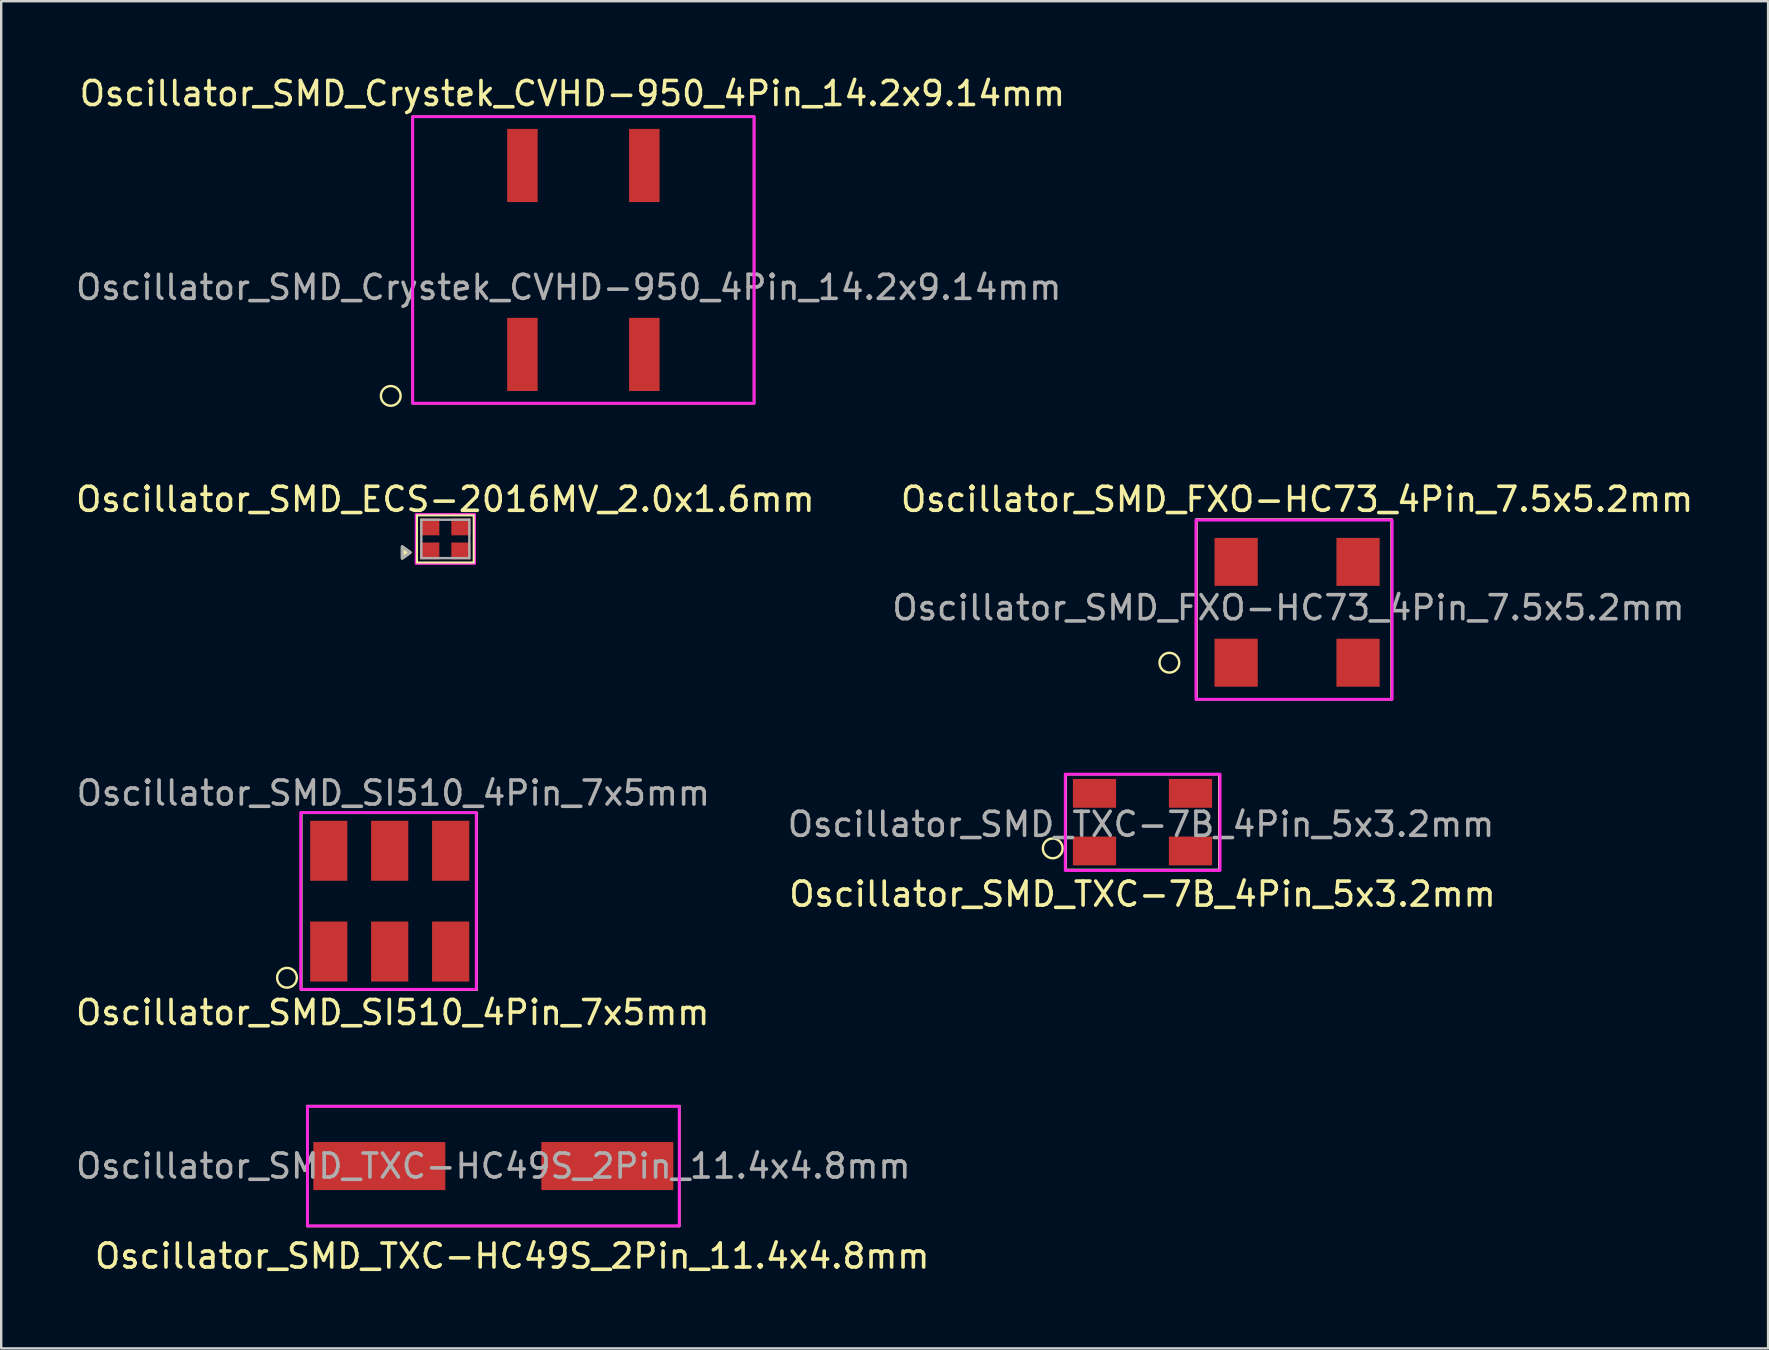
<source format=kicad_pcb>
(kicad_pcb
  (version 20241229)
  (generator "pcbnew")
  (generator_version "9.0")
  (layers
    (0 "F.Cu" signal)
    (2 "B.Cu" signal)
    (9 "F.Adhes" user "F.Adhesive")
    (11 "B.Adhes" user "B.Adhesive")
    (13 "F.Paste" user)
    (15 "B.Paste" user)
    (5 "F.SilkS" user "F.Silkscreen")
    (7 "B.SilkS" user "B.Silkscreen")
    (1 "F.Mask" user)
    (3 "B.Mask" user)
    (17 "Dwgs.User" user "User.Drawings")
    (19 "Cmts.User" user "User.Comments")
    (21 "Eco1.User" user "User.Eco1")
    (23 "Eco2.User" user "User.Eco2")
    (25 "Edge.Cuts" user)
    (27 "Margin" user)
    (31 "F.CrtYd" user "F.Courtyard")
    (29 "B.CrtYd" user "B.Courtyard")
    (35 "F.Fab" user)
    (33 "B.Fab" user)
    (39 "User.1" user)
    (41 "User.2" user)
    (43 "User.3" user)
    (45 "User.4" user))
  (footprint "Oscillator_SMD_SI510_4Pin_7x5mm"
    (layer "F.Cu")
    (at 10.648 36.6)
    (property "Reference" "Oscillator_SMD_SI510_4Pin_7x5mm" (at 2.667 2.54 0) (layer "F.SilkS") (effects (font (size 1 1) (thickness 0.15))))
    (attr through_hole)
    (fp_line (start -1.143 -5.779) (end 6.16 -5.779) (stroke (width 0.1) (type solid)) (layer "F.SilkS"))
    (fp_line (start -1.143 1.587) (end -1.143 -5.779) (stroke (width 0.1) (type solid)) (layer "F.SilkS"))
    (fp_line (start -1.143 1.587) (end 6.16 1.587) (stroke (width 0.1) (type solid)) (layer "F.SilkS"))
    (fp_line (start 6.16 1.587) (end 6.16 -5.779) (stroke (width 0.1) (type solid)) (layer "F.SilkS"))
    (fp_circle (center -1.74 1.092) (end -1.341 1.194) (stroke (width 0.1) (type solid)) (fill no) (layer "F.SilkS"))
    (fp_rect (start -1.168 -5.791) (end 6.147 1.575) (stroke (width 0.12) (type solid)) (fill no) (layer "F.CrtYd"))
    (fp_text user "${REFERENCE}" (at 2.692 -6.604 0) (layer "F.Fab") (effects (font (size 1 1) (thickness 0.15))))
    (pad "1" smd rect (at 0 0) (size 1.55 2.5) (layers "F.Cu" "F.Mask" "F.Paste"))
    (pad "2" smd rect (at 2.54 0) (size 1.55 2.5) (layers "F.Cu" "F.Mask" "F.Paste"))
    (pad "3" smd rect (at 5.08 0) (size 1.55 2.5) (layers "F.Cu" "F.Mask" "F.Paste"))
    (pad "4" smd rect (at 5.08 -4.2) (size 1.55 2.5) (layers "F.Cu" "F.Mask" "F.Paste"))
    (pad "5" smd rect (at 2.54 -4.2) (size 1.55 2.5) (layers "F.Cu" "F.Mask" "F.Paste"))
    (pad "6" smd rect (at 0 -4.2) (size 1.55 2.5) (layers "F.Cu" "F.Mask" "F.Paste")))
  (footprint "Oscillator_SMD_ECS-2016MV_2.0x1.6mm"
    (layer "F.Cu")
    (at 15.506 19.406)
    (property "Reference" "Oscillator_SMD_ECS-2016MV_2.0x1.6mm" (at 0 -1.65 0) (layer "F.SilkS") (effects (font (size 1 1) (thickness 0.15))))
    (attr smd)
    (fp_rect (start -1.2 -1) (end 1.2 1) (stroke (width 0.12) (type default)) (fill no) (layer "F.SilkS"))
    (fp_poly (pts (xy -1.465 0.565) (xy -1.795 0.805) (xy -1.795 0.325) (xy -1.465 0.565)) (stroke (width 0.12) (type solid)) (fill yes) (layer "F.SilkS"))
    (fp_rect (start -1.25 -1.05) (end 1.25 1.05) (stroke (width 0.05) (type default)) (fill no) (layer "F.CrtYd"))
    (fp_line (start -1 -0.8) (end 1 -0.8) (stroke (width 0.1) (type solid)) (layer "F.Fab"))
    (fp_line (start -1 0.8) (end -1 -0.8) (stroke (width 0.1) (type solid)) (layer "F.Fab"))
    (fp_line (start 1 -0.8) (end 1 0.8) (stroke (width 0.1) (type solid)) (layer "F.Fab"))
    (fp_line (start 1 0.8) (end -1 0.8) (stroke (width 0.1) (type solid)) (layer "F.Fab"))
    (fp_poly (pts (xy -1.465 0.565) (xy -1.795 0.805) (xy -1.795 0.325) (xy -1.465 0.565)) (stroke (width 0.12) (type solid)) (fill no) (layer "F.Fab"))
    (pad "1" smd rect (at -0.65 0.5 90) (size 0.7 0.8) (layers "F.Cu" "F.Mask" "F.Paste"))
    (pad "2" smd rect (at 0.65 0.5 90) (size 0.7 0.8) (layers "F.Cu" "F.Mask" "F.Paste"))
    (pad "3" smd rect (at 0.65 -0.5 90) (size 0.7 0.8) (layers "F.Cu" "F.Mask" "F.Paste"))
    (pad "4" smd rect (at -0.65 -0.5 90) (size 0.7 0.8) (layers "F.Cu" "F.Mask" "F.Paste")))
  (footprint "Oscillator_SMD_TXC-7B_4Pin_5x3.2mm"
    (layer "F.Cu")
    (at 42.556 32.408)
    (property "Reference" "Oscillator_SMD_TXC-7B_4Pin_5x3.2mm" (at 2 1.8 0) (layer "F.SilkS") (effects (font (size 1 1) (thickness 0.15))))
    (attr through_hole)
    (fp_line (start -1.2 -3.2) (end 5.2 -3.2) (stroke (width 0.1) (type solid)) (layer "F.SilkS"))
    (fp_line (start -1.2 0.787) (end -1.2 -3.2) (stroke (width 0.1) (type solid)) (layer "F.SilkS"))
    (fp_line (start -1.2 0.787) (end 5.2 0.787) (stroke (width 0.1) (type solid)) (layer "F.SilkS"))
    (fp_line (start 5.2 0.787) (end 5.2 -3.2) (stroke (width 0.1) (type solid)) (layer "F.SilkS"))
    (fp_circle (center -1.74 -0.108) (end -1.341 -0.006) (stroke (width 0.1) (type solid)) (fill no) (layer "F.SilkS"))
    (fp_rect (start -1.219 -3.2) (end 5.232 0.813) (stroke (width 0.12) (type solid)) (fill no) (layer "F.CrtYd"))
    (fp_text user "${REFERENCE}" (at 1.94 -1.11 0) (layer "F.Fab") (effects (font (size 1 1) (thickness 0.15))))
    (pad "1" smd rect (at 0 0) (size 1.8 1.2) (layers "F.Cu" "F.Mask" "F.Paste"))
    (pad "2" smd rect (at 4 0) (size 1.8 1.2) (layers "F.Cu" "F.Mask" "F.Paste"))
    (pad "3" smd rect (at 4 -2.4) (size 1.8 1.2) (layers "F.Cu" "F.Mask" "F.Paste"))
    (pad "4" smd rect (at 0 -2.4) (size 1.8 1.2) (layers "F.Cu" "F.Mask" "F.Paste")))
  (footprint "Oscillator_SMD_TXC-HC49S_2Pin_11.4x4.8mm"
    (layer "F.Cu")
    (at 12.756 45.538)
    (property "Reference" "Oscillator_SMD_TXC-HC49S_2Pin_11.4x4.8mm" (at 5.537 3.75 0) (layer "F.SilkS") (effects (font (size 1 1) (thickness 0.15))))
    (attr through_hole)
    (fp_line (start -3 -2.5) (end 12.5 -2.5) (stroke (width 0.1) (type solid)) (layer "F.SilkS"))
    (fp_line (start -3 2.5) (end -3 -2.5) (stroke (width 0.1) (type solid)) (layer "F.SilkS"))
    (fp_line (start -3 2.5) (end 12.5 2.5) (stroke (width 0.1) (type solid)) (layer "F.SilkS"))
    (fp_line (start 12.5 2.5) (end 12.5 -2.5) (stroke (width 0.1) (type solid)) (layer "F.SilkS"))
    (fp_rect (start -2.997 -2.489) (end 12.497 2.489) (stroke (width 0.12) (type solid)) (fill no) (layer "F.CrtYd"))
    (fp_text user "${REFERENCE}" (at 4.75 0 0) (layer "F.Fab") (effects (font (size 1 1) (thickness 0.15))))
    (pad "1" smd rect (at 0 0) (size 5.5 2) (layers "F.Cu" "F.Mask" "F.Paste"))
    (pad "2" smd rect (at 9.5 0) (size 5.5 2) (layers "F.Cu" "F.Mask" "F.Paste")))
  (footprint "Oscillator_SMD_Crystek_CVHD-950_4Pin_14.2x9.14mm"
    (layer "F.Cu")
    (at 18.718 11.719)
    (property "Reference" "Oscillator_SMD_Crystek_CVHD-950_4Pin_14.2x9.14mm" (at 2.083 -10.871 0) (layer "F.SilkS") (effects (font (size 1 1) (thickness 0.15))))
    (attr through_hole)
    (fp_line (start -4.572 -9.906) (end 9.652 -9.906) (stroke (width 0.1) (type solid)) (layer "F.SilkS"))
    (fp_line (start -4.572 2.032) (end -4.572 -9.906) (stroke (width 0.1) (type solid)) (layer "F.SilkS"))
    (fp_line (start -4.572 2.032) (end 9.652 2.032) (stroke (width 0.1) (type solid)) (layer "F.SilkS"))
    (fp_line (start 9.652 -9.906) (end 9.652 2.032) (stroke (width 0.1) (type solid)) (layer "F.SilkS"))
    (fp_circle (center -5.486 1.727) (end -5.088 1.829) (stroke (width 0.1) (type solid)) (fill no) (layer "F.SilkS"))
    (fp_rect (start -4.572 -9.906) (end 9.652 2.032) (stroke (width 0.12) (type solid)) (fill no) (layer "F.CrtYd"))
    (fp_text user "${REFERENCE}" (at 1.93 -2.794 0) (layer "F.Fab") (effects (font (size 1 1) (thickness 0.15))))
    (pad "1" smd rect (at 0 0) (size 1.27 3.048) (layers "F.Cu" "F.Mask" "F.Paste"))
    (pad "2" smd rect (at 5.08 0) (size 1.27 3.048) (layers "F.Cu" "F.Mask" "F.Paste"))
    (pad "3" smd rect (at 5.08 -7.874) (size 1.27 3.048) (layers "F.Cu" "F.Mask" "F.Paste"))
    (pad "4" smd rect (at 0 -7.874) (size 1.27 3.048) (layers "F.Cu" "F.Mask" "F.Paste")))
  (footprint "Oscillator_SMD_FXO-HC73_4Pin_7.5x5.2mm"
    (layer "F.Cu")
    (at 48.457 24.564)
    (property "Reference" "Oscillator_SMD_FXO-HC73_4Pin_7.5x5.2mm" (at 2.54 -6.807 0) (layer "F.SilkS") (effects (font (size 1 1) (thickness 0.15))))
    (attr through_hole)
    (fp_line (start -1.651 -5.969) (end 6.477 -5.969) (stroke (width 0.1) (type solid)) (layer "F.SilkS"))
    (fp_line (start -1.651 1.524) (end -1.651 -5.969) (stroke (width 0.1) (type solid)) (layer "F.SilkS"))
    (fp_line (start 6.477 -5.969) (end 6.477 1.524) (stroke (width 0.1) (type solid)) (layer "F.SilkS"))
    (fp_line (start 6.477 1.524) (end -1.651 1.524) (stroke (width 0.1) (type solid)) (layer "F.SilkS"))
    (fp_circle (center -2.781 0) (end -2.383 0.102) (stroke (width 0.1) (type solid)) (fill no) (layer "F.SilkS"))
    (fp_rect (start -1.676 -5.944) (end 6.502 1.524) (stroke (width 0.12) (type solid)) (fill no) (layer "F.CrtYd"))
    (fp_text user "${REFERENCE}" (at 2.18 -2.29 0) (layer "F.Fab") (effects (font (size 1 1) (thickness 0.15))))
    (pad "1" smd rect (at 0 0) (size 1.801 1.999) (layers "F.Cu" "F.Mask" "F.Paste"))
    (pad "2" smd rect (at 5.08 0) (size 1.801 1.999) (layers "F.Cu" "F.Mask" "F.Paste"))
    (pad "3" smd rect (at 5.08 -4.201) (size 1.801 1.999) (layers "F.Cu" "F.Mask" "F.Paste"))
    (pad "4" smd rect (at 0 -4.201) (size 1.801 1.999) (layers "F.Cu" "F.Mask" "F.Paste")))
  (gr_rect
    (start -3 -3)
    (end 70.622 53.136)
    (stroke (width 0.1) (type default))
    (fill no)
    (layer "Edge.Cuts")))
</source>
